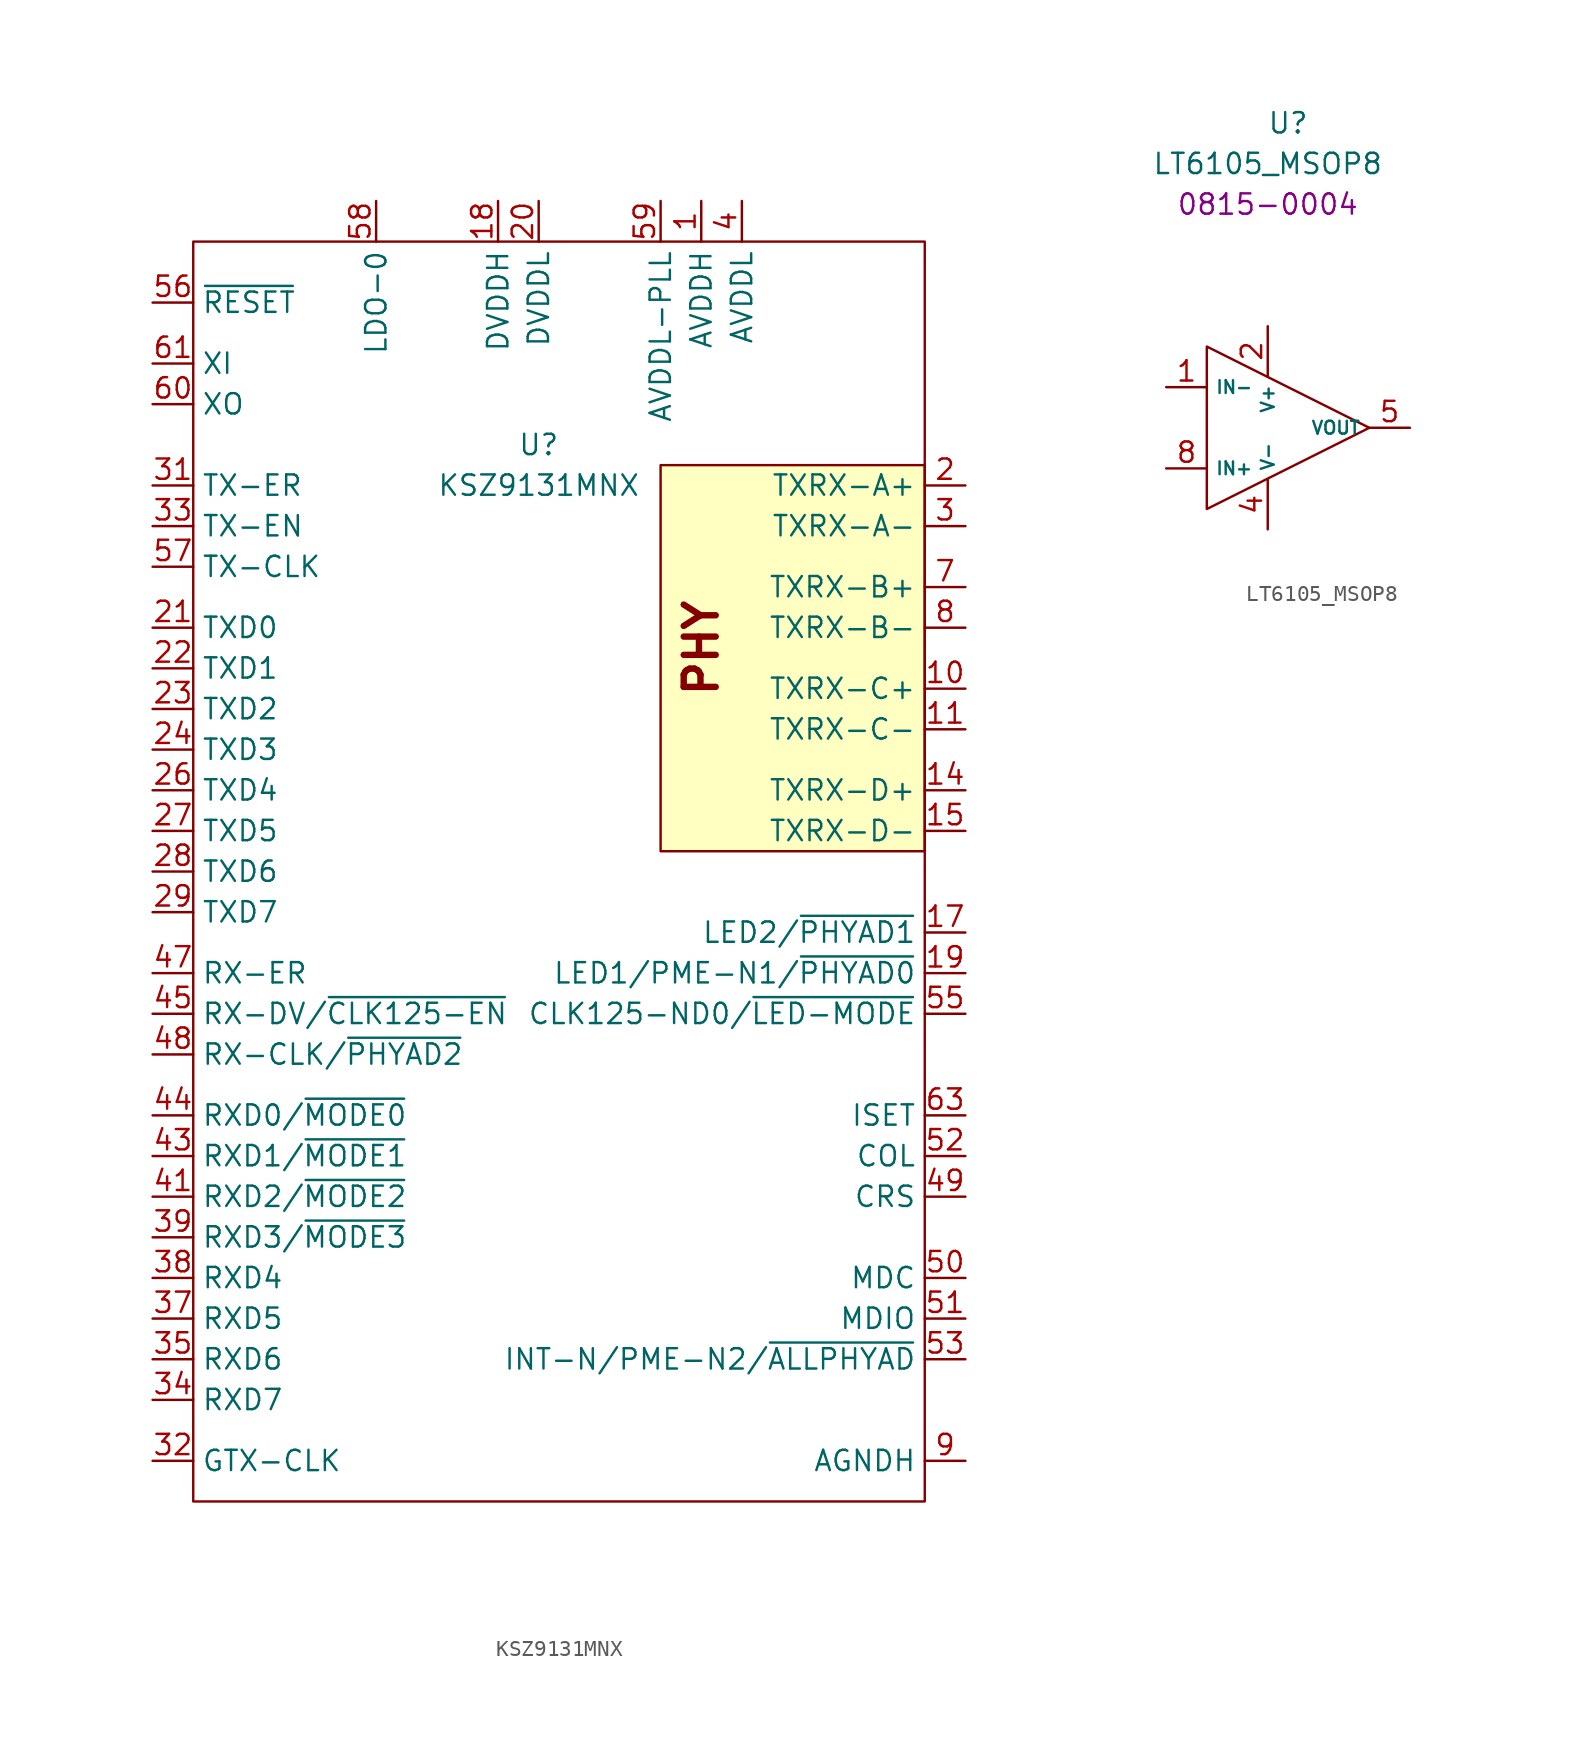
<source format=kicad_sym>
(kicad_symbol_lib
  (version 20220914)
  (generator kicad_symbol_editor)
  (symbol "KSZ9131MNX"
    (property "Reference" "U"
      (at 21.59 -12.7 0)
      (effects (font (size 1.27 1.27))))
    (property "Value" "KSZ9131MNX"
      (at 21.59 -15.24 0)
      (effects (font (size 1.27 1.27))))
    (symbol "KSZ9131MNX_0_0"
      (text "PHY" (at 31.75 -25.4 900) (effects (font (size 2 2) bold)))
      (pin unspecified line (at 31.75 2.54 270) (length 2.54) (name "AVDDH" (effects (font (size 1.27 1.27)))) (number "1" (effects (font (size 1.27 1.27)))))
      (pin unspecified line (at 48.26 -27.94 180) (length 2.54) (name "TXRX-C+" (effects (font (size 1.27 1.27)))) (number "10" (effects (font (size 1.27 1.27)))))
      (pin unspecified line (at 48.26 -30.48 180) (length 2.54) (name "TXRX-C-" (effects (font (size 1.27 1.27)))) (number "11" (effects (font (size 1.27 1.27)))))
      (pin unspecified line (at 34.29 2.54 270) (length 2.54) hide (name "AVDDL" (effects (font (size 1.27 1.27)))) (number "12" (effects (font (size 1.27 1.27)))))
      (pin unspecified line (at 34.29 2.54 270) (length 2.54) hide (name "AVDDL" (effects (font (size 1.27 1.27)))) (number "13" (effects (font (size 1.27 1.27)))))
      (pin unspecified line (at 48.26 -34.29 180) (length 2.54) (name "TXRX-D+" (effects (font (size 1.27 1.27)))) (number "14" (effects (font (size 1.27 1.27)))))
      (pin unspecified line (at 48.26 -36.83 180) (length 2.54) (name "TXRX-D-" (effects (font (size 1.27 1.27)))) (number "15" (effects (font (size 1.27 1.27)))))
      (pin unspecified line (at 31.75 2.54 270) (length 2.54) hide (name "AVDDH" (effects (font (size 1.27 1.27)))) (number "16" (effects (font (size 1.27 1.27)))))
      (pin unspecified line (at 48.26 -43.18 180) (length 2.54) (name "LED2/~{PHYAD1}" (effects (font (size 1.27 1.27)))) (number "17" (effects (font (size 1.27 1.27)))) (alternate "LED2" unspecified line) (alternate "~{PHYAD1}" unspecified line))
      (pin unspecified line (at 19.05 2.54 270) (length 2.54) (name "DVDDH" (effects (font (size 1.27 1.27)))) (number "18" (effects (font (size 1.27 1.27)))))
      (pin unspecified line (at 48.26 -45.72 180) (length 2.54) (name "LED1/PME-N1/~{PHYAD0}" (effects (font (size 1.27 1.27)))) (number "19" (effects (font (size 1.27 1.27)))) (alternate "LED1" unspecified line) (alternate "PME-N1" unspecified line) (alternate "~{PHYAD0}" unspecified line))
      (pin unspecified line (at 48.26 -15.24 180) (length 2.54) (name "TXRX-A+" (effects (font (size 1.27 1.27)))) (number "2" (effects (font (size 1.27 1.27)))))
      (pin unspecified line (at 21.59 2.54 270) (length 2.54) (name "DVDDL" (effects (font (size 1.27 1.27)))) (number "20" (effects (font (size 1.27 1.27)))))
      (pin unspecified line (at -2.54 -24.13 0) (length 2.54) (name "TXD0" (effects (font (size 1.27 1.27)))) (number "21" (effects (font (size 1.27 1.27)))))
      (pin unspecified line (at -2.54 -26.67 0) (length 2.54) (name "TXD1" (effects (font (size 1.27 1.27)))) (number "22" (effects (font (size 1.27 1.27)))))
      (pin unspecified line (at -2.54 -29.21 0) (length 2.54) (name "TXD2" (effects (font (size 1.27 1.27)))) (number "23" (effects (font (size 1.27 1.27)))))
      (pin unspecified line (at -2.54 -31.75 0) (length 2.54) (name "TXD3" (effects (font (size 1.27 1.27)))) (number "24" (effects (font (size 1.27 1.27)))))
      (pin unspecified line (at 21.59 2.54 270) (length 2.54) hide (name "DVDDL" (effects (font (size 1.27 1.27)))) (number "25" (effects (font (size 1.27 1.27)))))
      (pin unspecified line (at -2.54 -34.29 0) (length 2.54) (name "TXD4" (effects (font (size 1.27 1.27)))) (number "26" (effects (font (size 1.27 1.27)))))
      (pin unspecified line (at -2.54 -36.83 0) (length 2.54) (name "TXD5" (effects (font (size 1.27 1.27)))) (number "27" (effects (font (size 1.27 1.27)))))
      (pin unspecified line (at -2.54 -39.37 0) (length 2.54) (name "TXD6" (effects (font (size 1.27 1.27)))) (number "28" (effects (font (size 1.27 1.27)))))
      (pin unspecified line (at -2.54 -41.91 0) (length 2.54) (name "TXD7" (effects (font (size 1.27 1.27)))) (number "29" (effects (font (size 1.27 1.27)))))
      (pin unspecified line (at 48.26 -17.78 180) (length 2.54) (name "TXRX-A-" (effects (font (size 1.27 1.27)))) (number "3" (effects (font (size 1.27 1.27)))))
      (pin unspecified line (at 19.05 2.54 270) (length 2.54) hide (name "DVDDH" (effects (font (size 1.27 1.27)))) (number "30" (effects (font (size 1.27 1.27)))))
      (pin unspecified line (at -2.54 -15.24 0) (length 2.54) (name "TX-ER" (effects (font (size 1.27 1.27)))) (number "31" (effects (font (size 1.27 1.27)))))
      (pin unspecified line (at -2.54 -76.2 0) (length 2.54) (name "GTX-CLK" (effects (font (size 1.27 1.27)))) (number "32" (effects (font (size 1.27 1.27)))))
      (pin unspecified line (at -2.54 -17.78 0) (length 2.54) (name "TX-EN" (effects (font (size 1.27 1.27)))) (number "33" (effects (font (size 1.27 1.27)))))
      (pin unspecified line (at -2.54 -72.39 0) (length 2.54) (name "RXD7" (effects (font (size 1.27 1.27)))) (number "34" (effects (font (size 1.27 1.27)))))
      (pin unspecified line (at -2.54 -69.85 0) (length 2.54) (name "RXD6" (effects (font (size 1.27 1.27)))) (number "35" (effects (font (size 1.27 1.27)))))
      (pin unspecified line (at 21.59 2.54 270) (length 2.54) hide (name "DVDDL" (effects (font (size 1.27 1.27)))) (number "36" (effects (font (size 1.27 1.27)))))
      (pin unspecified line (at -2.54 -67.31 0) (length 2.54) (name "RXD5" (effects (font (size 1.27 1.27)))) (number "37" (effects (font (size 1.27 1.27)))))
      (pin unspecified line (at -2.54 -64.77 0) (length 2.54) (name "RXD4" (effects (font (size 1.27 1.27)))) (number "38" (effects (font (size 1.27 1.27)))))
      (pin unspecified line (at -2.54 -62.23 0) (length 2.54) (name "RXD3/~{MODE3}" (effects (font (size 1.27 1.27)))) (number "39" (effects (font (size 1.27 1.27)))) (alternate "RXD3" unspecified line) (alternate "~{MODE3}" unspecified line))
      (pin unspecified line (at 34.29 2.54 270) (length 2.54) (name "AVDDL" (effects (font (size 1.27 1.27)))) (number "4" (effects (font (size 1.27 1.27)))))
      (pin unspecified line (at 19.05 2.54 270) (length 2.54) hide (name "DVDDH" (effects (font (size 1.27 1.27)))) (number "40" (effects (font (size 1.27 1.27)))))
      (pin unspecified line (at -2.54 -59.69 0) (length 2.54) (name "RXD2/~{MODE2}" (effects (font (size 1.27 1.27)))) (number "41" (effects (font (size 1.27 1.27)))) (alternate "RXD2" unspecified line) (alternate "~{MODE2}" unspecified line))
      (pin unspecified line (at 21.59 2.54 270) (length 2.54) hide (name "DVDDL" (effects (font (size 1.27 1.27)))) (number "42" (effects (font (size 1.27 1.27)))))
      (pin unspecified line (at -2.54 -57.15 0) (length 2.54) (name "RXD1/~{MODE1}" (effects (font (size 1.27 1.27)))) (number "43" (effects (font (size 1.27 1.27)))) (alternate "RXD1" unspecified line) (alternate "~{MODE1}" unspecified line))
      (pin unspecified line (at -2.54 -54.61 0) (length 2.54) (name "RXD0/~{MODE0}" (effects (font (size 1.27 1.27)))) (number "44" (effects (font (size 1.27 1.27)))) (alternate "RXD0" unspecified line) (alternate "~{MODE0}" unspecified line))
      (pin unspecified line (at -2.54 -48.26 0) (length 2.54) (name "RX-DV/~{CLK125-EN}" (effects (font (size 1.27 1.27)))) (number "45" (effects (font (size 1.27 1.27)))) (alternate "RX-DV" unspecified line) (alternate "~{CLK125-EN}" unspecified line))
      (pin unspecified line (at 19.05 2.54 270) (length 2.54) hide (name "DVDDH" (effects (font (size 1.27 1.27)))) (number "46" (effects (font (size 1.27 1.27)))))
      (pin unspecified line (at -2.54 -45.72 0) (length 2.54) (name "RX-ER" (effects (font (size 1.27 1.27)))) (number "47" (effects (font (size 1.27 1.27)))))
      (pin unspecified line (at -2.54 -50.8 0) (length 2.54) (name "RX-CLK/~{PHYAD2}" (effects (font (size 1.27 1.27)))) (number "48" (effects (font (size 1.27 1.27)))) (alternate "RX-CLK" unspecified line) (alternate "~{PHYAD2}" unspecified line))
      (pin unspecified line (at 48.26 -59.69 180) (length 2.54) (name "CRS" (effects (font (size 1.27 1.27)))) (number "49" (effects (font (size 1.27 1.27)))))
      (pin unspecified line (at 34.29 2.54 270) (length 2.54) hide (name "AVDDL" (effects (font (size 1.27 1.27)))) (number "5" (effects (font (size 1.27 1.27)))))
      (pin unspecified line (at 48.26 -64.77 180) (length 2.54) (name "MDC" (effects (font (size 1.27 1.27)))) (number "50" (effects (font (size 1.27 1.27)))))
      (pin unspecified line (at 48.26 -67.31 180) (length 2.54) (name "MDIO" (effects (font (size 1.27 1.27)))) (number "51" (effects (font (size 1.27 1.27)))))
      (pin unspecified line (at 48.26 -57.15 180) (length 2.54) (name "COL" (effects (font (size 1.27 1.27)))) (number "52" (effects (font (size 1.27 1.27)))))
      (pin unspecified line (at 48.26 -69.85 180) (length 2.54) (name "INT-N/PME-N2/~{ALLPHYAD}" (effects (font (size 1.27 1.27)))) (number "53" (effects (font (size 1.27 1.27)))) (alternate "INT-N" unspecified line) (alternate "PME-N2" unspecified line) (alternate "~{ALLPHYAD}" unspecified line))
      (pin unspecified line (at 21.59 2.54 270) (length 2.54) hide (name "DVDDL" (effects (font (size 1.27 1.27)))) (number "54" (effects (font (size 1.27 1.27)))))
      (pin unspecified line (at 48.26 -48.26 180) (length 2.54) (name "CLK125-ND0/~{LED-MODE}" (effects (font (size 1.27 1.27)))) (number "55" (effects (font (size 1.27 1.27)))) (alternate "CLK125-ND0" unspecified line) (alternate "~{LED-MODE}" unspecified line))
      (pin unspecified line (at -2.54 -3.81 0) (length 2.54) (name "~{RESET}" (effects (font (size 1.27 1.27)))) (number "56" (effects (font (size 1.27 1.27)))))
      (pin unspecified line (at -2.54 -20.32 0) (length 2.54) (name "TX-CLK" (effects (font (size 1.27 1.27)))) (number "57" (effects (font (size 1.27 1.27)))))
      (pin unspecified line (at 11.43 2.54 270) (length 2.54) (name "LDO-0" (effects (font (size 1.27 1.27)))) (number "58" (effects (font (size 1.27 1.27)))))
      (pin unspecified line (at 29.21 2.54 270) (length 2.54) (name "AVDDL-PLL" (effects (font (size 1.27 1.27)))) (number "59" (effects (font (size 1.27 1.27)))))
      (pin unspecified line (at 9.525 -29.845 90) (length 2.54) hide (name "NC" (effects (font (size 1.27 1.27)))) (number "6" (effects (font (size 1.27 1.27)))))
      (pin unspecified line (at -2.54 -10.16 0) (length 2.54) (name "XO" (effects (font (size 1.27 1.27)))) (number "60" (effects (font (size 1.27 1.27)))))
      (pin unspecified line (at -2.54 -7.62 0) (length 2.54) (name "XI" (effects (font (size 1.27 1.27)))) (number "61" (effects (font (size 1.27 1.27)))))
      (pin unspecified line (at 9.525 -29.845 90) (length 2.54) hide (name "NC" (effects (font (size 1.27 1.27)))) (number "62" (effects (font (size 1.27 1.27)))))
      (pin unspecified line (at 48.26 -54.61 180) (length 2.54) (name "ISET" (effects (font (size 1.27 1.27)))) (number "63" (effects (font (size 1.27 1.27)))))
      (pin unspecified line (at 48.26 -76.2 180) (length 2.54) hide (name "AGNDH" (effects (font (size 1.27 1.27)))) (number "64" (effects (font (size 1.27 1.27)))))
      (pin unspecified line (at 48.26 -76.2 180) (length 2.54) hide (name "AGNDH" (effects (font (size 1.27 1.27)))) (number "65" (effects (font (size 1.27 1.27)))))
      (pin unspecified line (at 48.26 -21.59 180) (length 2.54) (name "TXRX-B+" (effects (font (size 1.27 1.27)))) (number "7" (effects (font (size 1.27 1.27)))))
      (pin unspecified line (at 48.26 -24.13 180) (length 2.54) (name "TXRX-B-" (effects (font (size 1.27 1.27)))) (number "8" (effects (font (size 1.27 1.27)))))
      (pin unspecified line (at 48.26 -76.2 180) (length 2.54) (name "AGNDH" (effects (font (size 1.27 1.27)))) (number "9" (effects (font (size 1.27 1.27))))))
    (symbol "KSZ9131MNX_0_1"
      (rectangle (start 0 0) (end 45.72 -78.74) (stroke (width 0.15) (type default)) (fill (type none)))
      (rectangle (start 45.72 -13.97) (end 29.21 -38.1) (stroke (width 0) (type default)) (fill (type background)))))
  (symbol "LT6105_MSOP8"
    (property "Reference" "U"
      (at 5.08 13.97 0)
      (effects (font (size 1.27 1.27))))
    (property "Value" "LT6105_MSOP8"
      (at 3.81 11.43 0)
      (effects (font (size 1.27 1.27))))
    (property "PartNumber" "0815-0004"
      (at 3.81 8.89 0)
      (effects (font (size 1.27 1.27))))
    (symbol "LT6105_MSOP8_0_0"
      (pin input line (at -2.54 -2.54 0) (length 2.54) (name "IN-" (effects (font (size 0.8 0.8)))) (number "1" (effects (font (size 1.27 1.27)))))
      (pin power_in line (at 3.81 1.27 270) (length 3.1) (name "V+" (effects (font (size 0.8 0.8)))) (number "2" (effects (font (size 1.27 1.27)))))
      (pin no_connect line (at 15.24 6.35 0) (length 2.54) hide (name "NC" (effects (font (size 1.27 1.27)))) (number "3" (effects (font (size 1.27 1.27)))))
      (pin power_in line (at 3.81 -11.43 90) (length 3.1) (name "V-" (effects (font (size 0.8 0.8)))) (number "4" (effects (font (size 1.27 1.27)))))
      (pin open_emitter line (at 12.7 -5.08 180) (length 2.54) (name "VOUT" (effects (font (size 0.8 0.8)))) (number "5" (effects (font (size 1.27 1.27)))))
      (pin no_connect line (at 15.24 1.27 0) (length 2.54) hide (name "NC" (effects (font (size 1.27 1.27)))) (number "6" (effects (font (size 1.27 1.27)))))
      (pin no_connect line (at 15.24 3.81 0) (length 2.54) hide (name "NC" (effects (font (size 1.27 1.27)))) (number "7" (effects (font (size 1.27 1.27)))))
      (pin input line (at -2.54 -7.62 0) (length 2.54) (name "IN+" (effects (font (size 0.8 0.8)))) (number "8" (effects (font (size 1.27 1.27))))))
    (symbol "LT6105_MSOP8_0_1"
      (polyline (pts (xy 0 0) (xy 0 -10.16) (xy 10.16 -5.08) (xy 0 0)) (stroke (width 0) (type default)) (fill (type none))))))
</source>
